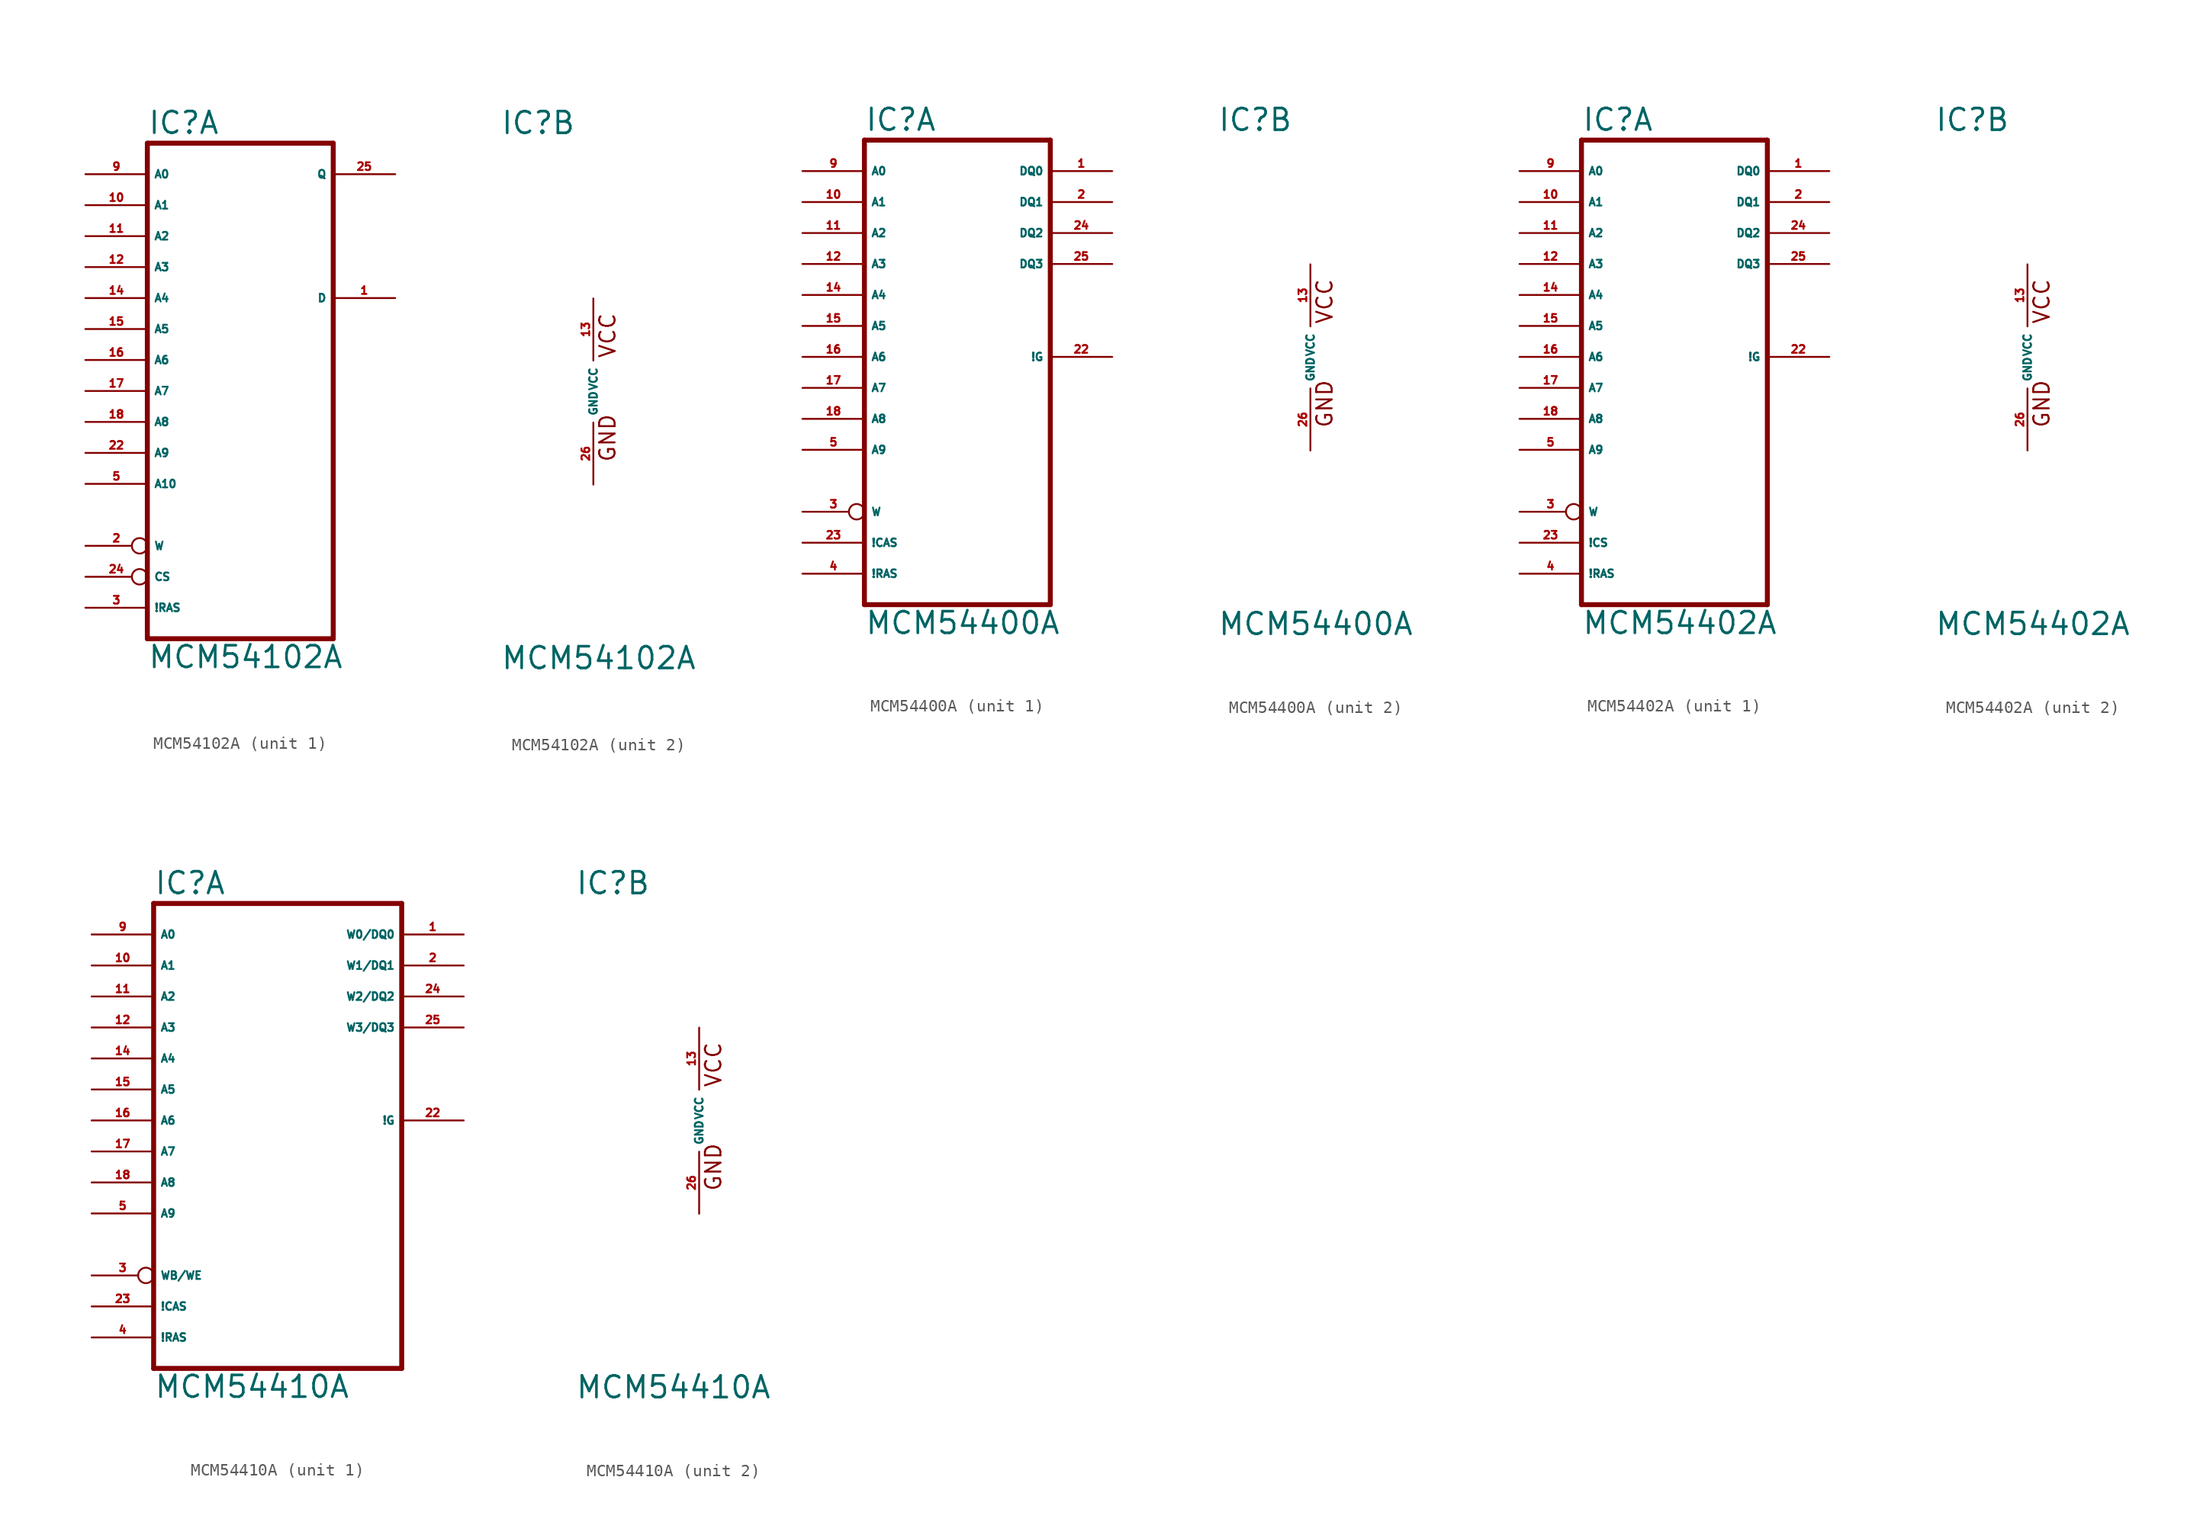
<source format=kicad_sym>
(kicad_symbol_lib
  (version 20220914)
  (generator Eagle2Kicad)
  (symbol "MCM54102A"
    (property "Reference" "IC"
      (at -7.62 20.955 0)
      (effects (font (size 1.778 1.778) (thickness 0.22)) (justify left bottom)))
    (property "Value" "MCM54102A"
      (at -7.62 -22.86 0)
      (effects (font (size 1.778 1.778) (thickness 0.22)) (justify left bottom)))
    (symbol "MCM54102A_1_0"
      (polyline (pts (xy -7.62 20.32) (xy -7.62 -20.32)) (stroke (width 0.406) (type default)) (fill (type none)))
      (polyline (pts (xy 7.62 -20.32) (xy -7.62 -20.32)) (stroke (width 0.406) (type default)) (fill (type none)))
      (polyline (pts (xy 7.62 -20.32) (xy 7.62 20.32)) (stroke (width 0.406) (type default)) (fill (type none)))
      (polyline (pts (xy -7.62 20.32) (xy 7.62 20.32)) (stroke (width 0.406) (type default)) (fill (type none)))
      (pin input line (at -12.7 17.78 0) (length 5.08) (name "A0" (effects (font (size 0.635 0.635) (thickness 0.08)) (justify left bottom))) (number "9" (effects (font (size 0.635 0.635) (thickness 0.08)) (justify left bottom))))
      (pin input line (at -12.7 15.24 0) (length 5.08) (name "A1" (effects (font (size 0.635 0.635) (thickness 0.08)) (justify left bottom))) (number "10" (effects (font (size 0.635 0.635) (thickness 0.08)) (justify left bottom))))
      (pin input line (at -12.7 12.7 0) (length 5.08) (name "A2" (effects (font (size 0.635 0.635) (thickness 0.08)) (justify left bottom))) (number "11" (effects (font (size 0.635 0.635) (thickness 0.08)) (justify left bottom))))
      (pin input line (at -12.7 10.16 0) (length 5.08) (name "A3" (effects (font (size 0.635 0.635) (thickness 0.08)) (justify left bottom))) (number "12" (effects (font (size 0.635 0.635) (thickness 0.08)) (justify left bottom))))
      (pin input line (at -12.7 7.62 0) (length 5.08) (name "A4" (effects (font (size 0.635 0.635) (thickness 0.08)) (justify left bottom))) (number "14" (effects (font (size 0.635 0.635) (thickness 0.08)) (justify left bottom))))
      (pin input line (at -12.7 5.08 0) (length 5.08) (name "A5" (effects (font (size 0.635 0.635) (thickness 0.08)) (justify left bottom))) (number "15" (effects (font (size 0.635 0.635) (thickness 0.08)) (justify left bottom))))
      (pin input line (at -12.7 2.54 0) (length 5.08) (name "A6" (effects (font (size 0.635 0.635) (thickness 0.08)) (justify left bottom))) (number "16" (effects (font (size 0.635 0.635) (thickness 0.08)) (justify left bottom))))
      (pin input line (at -12.7 0 0) (length 5.08) (name "A7" (effects (font (size 0.635 0.635) (thickness 0.08)) (justify left bottom))) (number "17" (effects (font (size 0.635 0.635) (thickness 0.08)) (justify left bottom))))
      (pin input line (at -12.7 -2.54 0) (length 5.08) (name "A8" (effects (font (size 0.635 0.635) (thickness 0.08)) (justify left bottom))) (number "18" (effects (font (size 0.635 0.635) (thickness 0.08)) (justify left bottom))))
      (pin input line (at -12.7 -5.08 0) (length 5.08) (name "A9" (effects (font (size 0.635 0.635) (thickness 0.08)) (justify left bottom))) (number "22" (effects (font (size 0.635 0.635) (thickness 0.08)) (justify left bottom))))
      (pin input line (at -12.7 -7.62 0) (length 5.08) (name "A10" (effects (font (size 0.635 0.635) (thickness 0.08)) (justify left bottom))) (number "5" (effects (font (size 0.635 0.635) (thickness 0.08)) (justify left bottom))))
      (pin input inverted (at -12.7 -12.7 0) (length 5.08) (name "W" (effects (font (size 0.635 0.635) (thickness 0.08)) (justify left bottom))) (number "2" (effects (font (size 0.635 0.635) (thickness 0.08)) (justify left bottom))))
      (pin input inverted (at -12.7 -15.24 0) (length 5.08) (name "CS" (effects (font (size 0.635 0.635) (thickness 0.08)) (justify left bottom))) (number "24" (effects (font (size 0.635 0.635) (thickness 0.08)) (justify left bottom))))
      (pin input line (at -12.7 -17.78 0) (length 5.08) (name "!RAS" (effects (font (size 0.635 0.635) (thickness 0.08)) (justify left bottom))) (number "3" (effects (font (size 0.635 0.635) (thickness 0.08)) (justify left bottom))))
      (pin input line (at 12.7 7.62 180) (length 5.08) (name "D" (effects (font (size 0.635 0.635) (thickness 0.08)) (justify left bottom))) (number "1" (effects (font (size 0.635 0.635) (thickness 0.08)) (justify left bottom))))
      (pin tri_state line (at 12.7 17.78 180) (length 5.08) (name "Q" (effects (font (size 0.635 0.635) (thickness 0.08)) (justify left bottom))) (number "25" (effects (font (size 0.635 0.635) (thickness 0.08)) (justify left bottom)))))
    (symbol "MCM54102A_2_0"
      (text "VCC" (at 1.905 2.667 900) (effects (font (size 1.27 1.27) (thickness 0.16)) (justify left bottom)))
      (text "GND" (at 1.905 -5.842 900) (effects (font (size 1.27 1.27) (thickness 0.16)) (justify left bottom)))
      (pin unspecified line (at 0 -7.62 90) (length 5.08) (name "GND" (effects (font (size 0.635 0.635) (thickness 0.08)) (justify left bottom))) (number "26" (effects (font (size 0.635 0.635) (thickness 0.08)) (justify left bottom))))
      (pin unspecified line (at 0 7.62 270) (length 5.08) (name "VCC" (effects (font (size 0.635 0.635) (thickness 0.08)) (justify left bottom))) (number "13" (effects (font (size 0.635 0.635) (thickness 0.08)) (justify left bottom))))))
  (symbol "MCM54400A"
    (property "Reference" "IC"
      (at -7.62 18.415 0)
      (effects (font (size 1.778 1.778) (thickness 0.22)) (justify left bottom)))
    (property "Value" "MCM54400A"
      (at -7.62 -22.86 0)
      (effects (font (size 1.778 1.778) (thickness 0.22)) (justify left bottom)))
    (symbol "MCM54400A_1_0"
      (polyline (pts (xy -7.62 17.78) (xy -7.62 -20.32)) (stroke (width 0.406) (type default)) (fill (type none)))
      (polyline (pts (xy 7.62 -20.32) (xy -7.62 -20.32)) (stroke (width 0.406) (type default)) (fill (type none)))
      (polyline (pts (xy 7.62 -20.32) (xy 7.62 17.78)) (stroke (width 0.406) (type default)) (fill (type none)))
      (polyline (pts (xy -7.62 17.78) (xy 7.62 17.78)) (stroke (width 0.406) (type default)) (fill (type none)))
      (pin input line (at -12.7 15.24 0) (length 5.08) (name "A0" (effects (font (size 0.635 0.635) (thickness 0.08)) (justify left bottom))) (number "9" (effects (font (size 0.635 0.635) (thickness 0.08)) (justify left bottom))))
      (pin input line (at -12.7 12.7 0) (length 5.08) (name "A1" (effects (font (size 0.635 0.635) (thickness 0.08)) (justify left bottom))) (number "10" (effects (font (size 0.635 0.635) (thickness 0.08)) (justify left bottom))))
      (pin input line (at -12.7 10.16 0) (length 5.08) (name "A2" (effects (font (size 0.635 0.635) (thickness 0.08)) (justify left bottom))) (number "11" (effects (font (size 0.635 0.635) (thickness 0.08)) (justify left bottom))))
      (pin input line (at -12.7 7.62 0) (length 5.08) (name "A3" (effects (font (size 0.635 0.635) (thickness 0.08)) (justify left bottom))) (number "12" (effects (font (size 0.635 0.635) (thickness 0.08)) (justify left bottom))))
      (pin input line (at -12.7 5.08 0) (length 5.08) (name "A4" (effects (font (size 0.635 0.635) (thickness 0.08)) (justify left bottom))) (number "14" (effects (font (size 0.635 0.635) (thickness 0.08)) (justify left bottom))))
      (pin input line (at -12.7 2.54 0) (length 5.08) (name "A5" (effects (font (size 0.635 0.635) (thickness 0.08)) (justify left bottom))) (number "15" (effects (font (size 0.635 0.635) (thickness 0.08)) (justify left bottom))))
      (pin input line (at -12.7 0 0) (length 5.08) (name "A6" (effects (font (size 0.635 0.635) (thickness 0.08)) (justify left bottom))) (number "16" (effects (font (size 0.635 0.635) (thickness 0.08)) (justify left bottom))))
      (pin input line (at -12.7 -2.54 0) (length 5.08) (name "A7" (effects (font (size 0.635 0.635) (thickness 0.08)) (justify left bottom))) (number "17" (effects (font (size 0.635 0.635) (thickness 0.08)) (justify left bottom))))
      (pin input line (at -12.7 -5.08 0) (length 5.08) (name "A8" (effects (font (size 0.635 0.635) (thickness 0.08)) (justify left bottom))) (number "18" (effects (font (size 0.635 0.635) (thickness 0.08)) (justify left bottom))))
      (pin input line (at -12.7 -7.62 0) (length 5.08) (name "A9" (effects (font (size 0.635 0.635) (thickness 0.08)) (justify left bottom))) (number "5" (effects (font (size 0.635 0.635) (thickness 0.08)) (justify left bottom))))
      (pin bidirectional line (at 12.7 12.7 180) (length 5.08) (name "DQ1" (effects (font (size 0.635 0.635) (thickness 0.08)) (justify left bottom))) (number "2" (effects (font (size 0.635 0.635) (thickness 0.08)) (justify left bottom))))
      (pin input inverted (at -12.7 -12.7 0) (length 5.08) (name "W" (effects (font (size 0.635 0.635) (thickness 0.08)) (justify left bottom))) (number "3" (effects (font (size 0.635 0.635) (thickness 0.08)) (justify left bottom))))
      (pin input line (at -12.7 -15.24 0) (length 5.08) (name "!CAS" (effects (font (size 0.635 0.635) (thickness 0.08)) (justify left bottom))) (number "23" (effects (font (size 0.635 0.635) (thickness 0.08)) (justify left bottom))))
      (pin input line (at -12.7 -17.78 0) (length 5.08) (name "!RAS" (effects (font (size 0.635 0.635) (thickness 0.08)) (justify left bottom))) (number "4" (effects (font (size 0.635 0.635) (thickness 0.08)) (justify left bottom))))
      (pin bidirectional line (at 12.7 15.24 180) (length 5.08) (name "DQ0" (effects (font (size 0.635 0.635) (thickness 0.08)) (justify left bottom))) (number "1" (effects (font (size 0.635 0.635) (thickness 0.08)) (justify left bottom))))
      (pin input line (at 12.7 0 180) (length 5.08) (name "!G" (effects (font (size 0.635 0.635) (thickness 0.08)) (justify left bottom))) (number "22" (effects (font (size 0.635 0.635) (thickness 0.08)) (justify left bottom))))
      (pin bidirectional line (at 12.7 10.16 180) (length 5.08) (name "DQ2" (effects (font (size 0.635 0.635) (thickness 0.08)) (justify left bottom))) (number "24" (effects (font (size 0.635 0.635) (thickness 0.08)) (justify left bottom))))
      (pin bidirectional line (at 12.7 7.62 180) (length 5.08) (name "DQ3" (effects (font (size 0.635 0.635) (thickness 0.08)) (justify left bottom))) (number "25" (effects (font (size 0.635 0.635) (thickness 0.08)) (justify left bottom)))))
    (symbol "MCM54400A_2_0"
      (text "VCC" (at 1.905 2.667 900) (effects (font (size 1.27 1.27) (thickness 0.16)) (justify left bottom)))
      (text "GND" (at 1.905 -5.842 900) (effects (font (size 1.27 1.27) (thickness 0.16)) (justify left bottom)))
      (pin unspecified line (at 0 -7.62 90) (length 5.08) (name "GND" (effects (font (size 0.635 0.635) (thickness 0.08)) (justify left bottom))) (number "26" (effects (font (size 0.635 0.635) (thickness 0.08)) (justify left bottom))))
      (pin unspecified line (at 0 7.62 270) (length 5.08) (name "VCC" (effects (font (size 0.635 0.635) (thickness 0.08)) (justify left bottom))) (number "13" (effects (font (size 0.635 0.635) (thickness 0.08)) (justify left bottom))))))
  (symbol "MCM54402A"
    (property "Reference" "IC"
      (at -7.62 18.415 0)
      (effects (font (size 1.778 1.778) (thickness 0.22)) (justify left bottom)))
    (property "Value" "MCM54402A"
      (at -7.62 -22.86 0)
      (effects (font (size 1.778 1.778) (thickness 0.22)) (justify left bottom)))
    (symbol "MCM54402A_1_0"
      (polyline (pts (xy -7.62 17.78) (xy -7.62 -20.32)) (stroke (width 0.406) (type default)) (fill (type none)))
      (polyline (pts (xy 7.62 -20.32) (xy -7.62 -20.32)) (stroke (width 0.406) (type default)) (fill (type none)))
      (polyline (pts (xy 7.62 -20.32) (xy 7.62 17.78)) (stroke (width 0.406) (type default)) (fill (type none)))
      (polyline (pts (xy -7.62 17.78) (xy 7.62 17.78)) (stroke (width 0.406) (type default)) (fill (type none)))
      (pin input line (at -12.7 15.24 0) (length 5.08) (name "A0" (effects (font (size 0.635 0.635) (thickness 0.08)) (justify left bottom))) (number "9" (effects (font (size 0.635 0.635) (thickness 0.08)) (justify left bottom))))
      (pin input line (at -12.7 12.7 0) (length 5.08) (name "A1" (effects (font (size 0.635 0.635) (thickness 0.08)) (justify left bottom))) (number "10" (effects (font (size 0.635 0.635) (thickness 0.08)) (justify left bottom))))
      (pin input line (at -12.7 10.16 0) (length 5.08) (name "A2" (effects (font (size 0.635 0.635) (thickness 0.08)) (justify left bottom))) (number "11" (effects (font (size 0.635 0.635) (thickness 0.08)) (justify left bottom))))
      (pin input line (at -12.7 7.62 0) (length 5.08) (name "A3" (effects (font (size 0.635 0.635) (thickness 0.08)) (justify left bottom))) (number "12" (effects (font (size 0.635 0.635) (thickness 0.08)) (justify left bottom))))
      (pin input line (at -12.7 5.08 0) (length 5.08) (name "A4" (effects (font (size 0.635 0.635) (thickness 0.08)) (justify left bottom))) (number "14" (effects (font (size 0.635 0.635) (thickness 0.08)) (justify left bottom))))
      (pin input line (at -12.7 2.54 0) (length 5.08) (name "A5" (effects (font (size 0.635 0.635) (thickness 0.08)) (justify left bottom))) (number "15" (effects (font (size 0.635 0.635) (thickness 0.08)) (justify left bottom))))
      (pin input line (at -12.7 0 0) (length 5.08) (name "A6" (effects (font (size 0.635 0.635) (thickness 0.08)) (justify left bottom))) (number "16" (effects (font (size 0.635 0.635) (thickness 0.08)) (justify left bottom))))
      (pin input line (at -12.7 -2.54 0) (length 5.08) (name "A7" (effects (font (size 0.635 0.635) (thickness 0.08)) (justify left bottom))) (number "17" (effects (font (size 0.635 0.635) (thickness 0.08)) (justify left bottom))))
      (pin input line (at -12.7 -5.08 0) (length 5.08) (name "A8" (effects (font (size 0.635 0.635) (thickness 0.08)) (justify left bottom))) (number "18" (effects (font (size 0.635 0.635) (thickness 0.08)) (justify left bottom))))
      (pin input line (at -12.7 -7.62 0) (length 5.08) (name "A9" (effects (font (size 0.635 0.635) (thickness 0.08)) (justify left bottom))) (number "5" (effects (font (size 0.635 0.635) (thickness 0.08)) (justify left bottom))))
      (pin bidirectional line (at 12.7 12.7 180) (length 5.08) (name "DQ1" (effects (font (size 0.635 0.635) (thickness 0.08)) (justify left bottom))) (number "2" (effects (font (size 0.635 0.635) (thickness 0.08)) (justify left bottom))))
      (pin input inverted (at -12.7 -12.7 0) (length 5.08) (name "W" (effects (font (size 0.635 0.635) (thickness 0.08)) (justify left bottom))) (number "3" (effects (font (size 0.635 0.635) (thickness 0.08)) (justify left bottom))))
      (pin input line (at -12.7 -15.24 0) (length 5.08) (name "!CS" (effects (font (size 0.635 0.635) (thickness 0.08)) (justify left bottom))) (number "23" (effects (font (size 0.635 0.635) (thickness 0.08)) (justify left bottom))))
      (pin input line (at -12.7 -17.78 0) (length 5.08) (name "!RAS" (effects (font (size 0.635 0.635) (thickness 0.08)) (justify left bottom))) (number "4" (effects (font (size 0.635 0.635) (thickness 0.08)) (justify left bottom))))
      (pin bidirectional line (at 12.7 15.24 180) (length 5.08) (name "DQ0" (effects (font (size 0.635 0.635) (thickness 0.08)) (justify left bottom))) (number "1" (effects (font (size 0.635 0.635) (thickness 0.08)) (justify left bottom))))
      (pin input line (at 12.7 0 180) (length 5.08) (name "!G" (effects (font (size 0.635 0.635) (thickness 0.08)) (justify left bottom))) (number "22" (effects (font (size 0.635 0.635) (thickness 0.08)) (justify left bottom))))
      (pin bidirectional line (at 12.7 10.16 180) (length 5.08) (name "DQ2" (effects (font (size 0.635 0.635) (thickness 0.08)) (justify left bottom))) (number "24" (effects (font (size 0.635 0.635) (thickness 0.08)) (justify left bottom))))
      (pin bidirectional line (at 12.7 7.62 180) (length 5.08) (name "DQ3" (effects (font (size 0.635 0.635) (thickness 0.08)) (justify left bottom))) (number "25" (effects (font (size 0.635 0.635) (thickness 0.08)) (justify left bottom)))))
    (symbol "MCM54402A_2_0"
      (text "VCC" (at 1.905 2.667 900) (effects (font (size 1.27 1.27) (thickness 0.16)) (justify left bottom)))
      (text "GND" (at 1.905 -5.842 900) (effects (font (size 1.27 1.27) (thickness 0.16)) (justify left bottom)))
      (pin unspecified line (at 0 -7.62 90) (length 5.08) (name "GND" (effects (font (size 0.635 0.635) (thickness 0.08)) (justify left bottom))) (number "26" (effects (font (size 0.635 0.635) (thickness 0.08)) (justify left bottom))))
      (pin unspecified line (at 0 7.62 270) (length 5.08) (name "VCC" (effects (font (size 0.635 0.635) (thickness 0.08)) (justify left bottom))) (number "13" (effects (font (size 0.635 0.635) (thickness 0.08)) (justify left bottom))))))
  (symbol "MCM54410A"
    (property "Reference" "IC"
      (at -10.16 18.415 0)
      (effects (font (size 1.778 1.778) (thickness 0.22)) (justify left bottom)))
    (property "Value" "MCM54410A"
      (at -10.16 -22.86 0)
      (effects (font (size 1.778 1.778) (thickness 0.22)) (justify left bottom)))
    (symbol "MCM54410A_1_0"
      (polyline (pts (xy -10.16 17.78) (xy -10.16 -20.32)) (stroke (width 0.406) (type default)) (fill (type none)))
      (polyline (pts (xy 10.16 -20.32) (xy -10.16 -20.32)) (stroke (width 0.406) (type default)) (fill (type none)))
      (polyline (pts (xy 10.16 -20.32) (xy 10.16 17.78)) (stroke (width 0.406) (type default)) (fill (type none)))
      (polyline (pts (xy -10.16 17.78) (xy 10.16 17.78)) (stroke (width 0.406) (type default)) (fill (type none)))
      (pin input line (at -15.24 15.24 0) (length 5.08) (name "A0" (effects (font (size 0.635 0.635) (thickness 0.08)) (justify left bottom))) (number "9" (effects (font (size 0.635 0.635) (thickness 0.08)) (justify left bottom))))
      (pin input line (at -15.24 12.7 0) (length 5.08) (name "A1" (effects (font (size 0.635 0.635) (thickness 0.08)) (justify left bottom))) (number "10" (effects (font (size 0.635 0.635) (thickness 0.08)) (justify left bottom))))
      (pin input line (at -15.24 10.16 0) (length 5.08) (name "A2" (effects (font (size 0.635 0.635) (thickness 0.08)) (justify left bottom))) (number "11" (effects (font (size 0.635 0.635) (thickness 0.08)) (justify left bottom))))
      (pin input line (at -15.24 7.62 0) (length 5.08) (name "A3" (effects (font (size 0.635 0.635) (thickness 0.08)) (justify left bottom))) (number "12" (effects (font (size 0.635 0.635) (thickness 0.08)) (justify left bottom))))
      (pin input line (at -15.24 5.08 0) (length 5.08) (name "A4" (effects (font (size 0.635 0.635) (thickness 0.08)) (justify left bottom))) (number "14" (effects (font (size 0.635 0.635) (thickness 0.08)) (justify left bottom))))
      (pin input line (at -15.24 2.54 0) (length 5.08) (name "A5" (effects (font (size 0.635 0.635) (thickness 0.08)) (justify left bottom))) (number "15" (effects (font (size 0.635 0.635) (thickness 0.08)) (justify left bottom))))
      (pin input line (at -15.24 0 0) (length 5.08) (name "A6" (effects (font (size 0.635 0.635) (thickness 0.08)) (justify left bottom))) (number "16" (effects (font (size 0.635 0.635) (thickness 0.08)) (justify left bottom))))
      (pin input line (at -15.24 -2.54 0) (length 5.08) (name "A7" (effects (font (size 0.635 0.635) (thickness 0.08)) (justify left bottom))) (number "17" (effects (font (size 0.635 0.635) (thickness 0.08)) (justify left bottom))))
      (pin input line (at -15.24 -5.08 0) (length 5.08) (name "A8" (effects (font (size 0.635 0.635) (thickness 0.08)) (justify left bottom))) (number "18" (effects (font (size 0.635 0.635) (thickness 0.08)) (justify left bottom))))
      (pin input line (at -15.24 -7.62 0) (length 5.08) (name "A9" (effects (font (size 0.635 0.635) (thickness 0.08)) (justify left bottom))) (number "5" (effects (font (size 0.635 0.635) (thickness 0.08)) (justify left bottom))))
      (pin bidirectional line (at 15.24 12.7 180) (length 5.08) (name "W1/DQ1" (effects (font (size 0.635 0.635) (thickness 0.08)) (justify left bottom))) (number "2" (effects (font (size 0.635 0.635) (thickness 0.08)) (justify left bottom))))
      (pin input inverted (at -15.24 -12.7 0) (length 5.08) (name "WB/WE" (effects (font (size 0.635 0.635) (thickness 0.08)) (justify left bottom))) (number "3" (effects (font (size 0.635 0.635) (thickness 0.08)) (justify left bottom))))
      (pin input line (at -15.24 -15.24 0) (length 5.08) (name "!CAS" (effects (font (size 0.635 0.635) (thickness 0.08)) (justify left bottom))) (number "23" (effects (font (size 0.635 0.635) (thickness 0.08)) (justify left bottom))))
      (pin input line (at -15.24 -17.78 0) (length 5.08) (name "!RAS" (effects (font (size 0.635 0.635) (thickness 0.08)) (justify left bottom))) (number "4" (effects (font (size 0.635 0.635) (thickness 0.08)) (justify left bottom))))
      (pin bidirectional line (at 15.24 15.24 180) (length 5.08) (name "W0/DQ0" (effects (font (size 0.635 0.635) (thickness 0.08)) (justify left bottom))) (number "1" (effects (font (size 0.635 0.635) (thickness 0.08)) (justify left bottom))))
      (pin input line (at 15.24 0 180) (length 5.08) (name "!G" (effects (font (size 0.635 0.635) (thickness 0.08)) (justify left bottom))) (number "22" (effects (font (size 0.635 0.635) (thickness 0.08)) (justify left bottom))))
      (pin bidirectional line (at 15.24 10.16 180) (length 5.08) (name "W2/DQ2" (effects (font (size 0.635 0.635) (thickness 0.08)) (justify left bottom))) (number "24" (effects (font (size 0.635 0.635) (thickness 0.08)) (justify left bottom))))
      (pin bidirectional line (at 15.24 7.62 180) (length 5.08) (name "W3/DQ3" (effects (font (size 0.635 0.635) (thickness 0.08)) (justify left bottom))) (number "25" (effects (font (size 0.635 0.635) (thickness 0.08)) (justify left bottom)))))
    (symbol "MCM54410A_2_0"
      (text "VCC" (at 1.905 2.667 900) (effects (font (size 1.27 1.27) (thickness 0.16)) (justify left bottom)))
      (text "GND" (at 1.905 -5.842 900) (effects (font (size 1.27 1.27) (thickness 0.16)) (justify left bottom)))
      (pin unspecified line (at 0 -7.62 90) (length 5.08) (name "GND" (effects (font (size 0.635 0.635) (thickness 0.08)) (justify left bottom))) (number "26" (effects (font (size 0.635 0.635) (thickness 0.08)) (justify left bottom))))
      (pin unspecified line (at 0 7.62 270) (length 5.08) (name "VCC" (effects (font (size 0.635 0.635) (thickness 0.08)) (justify left bottom))) (number "13" (effects (font (size 0.635 0.635) (thickness 0.08)) (justify left bottom)))))))
</source>
